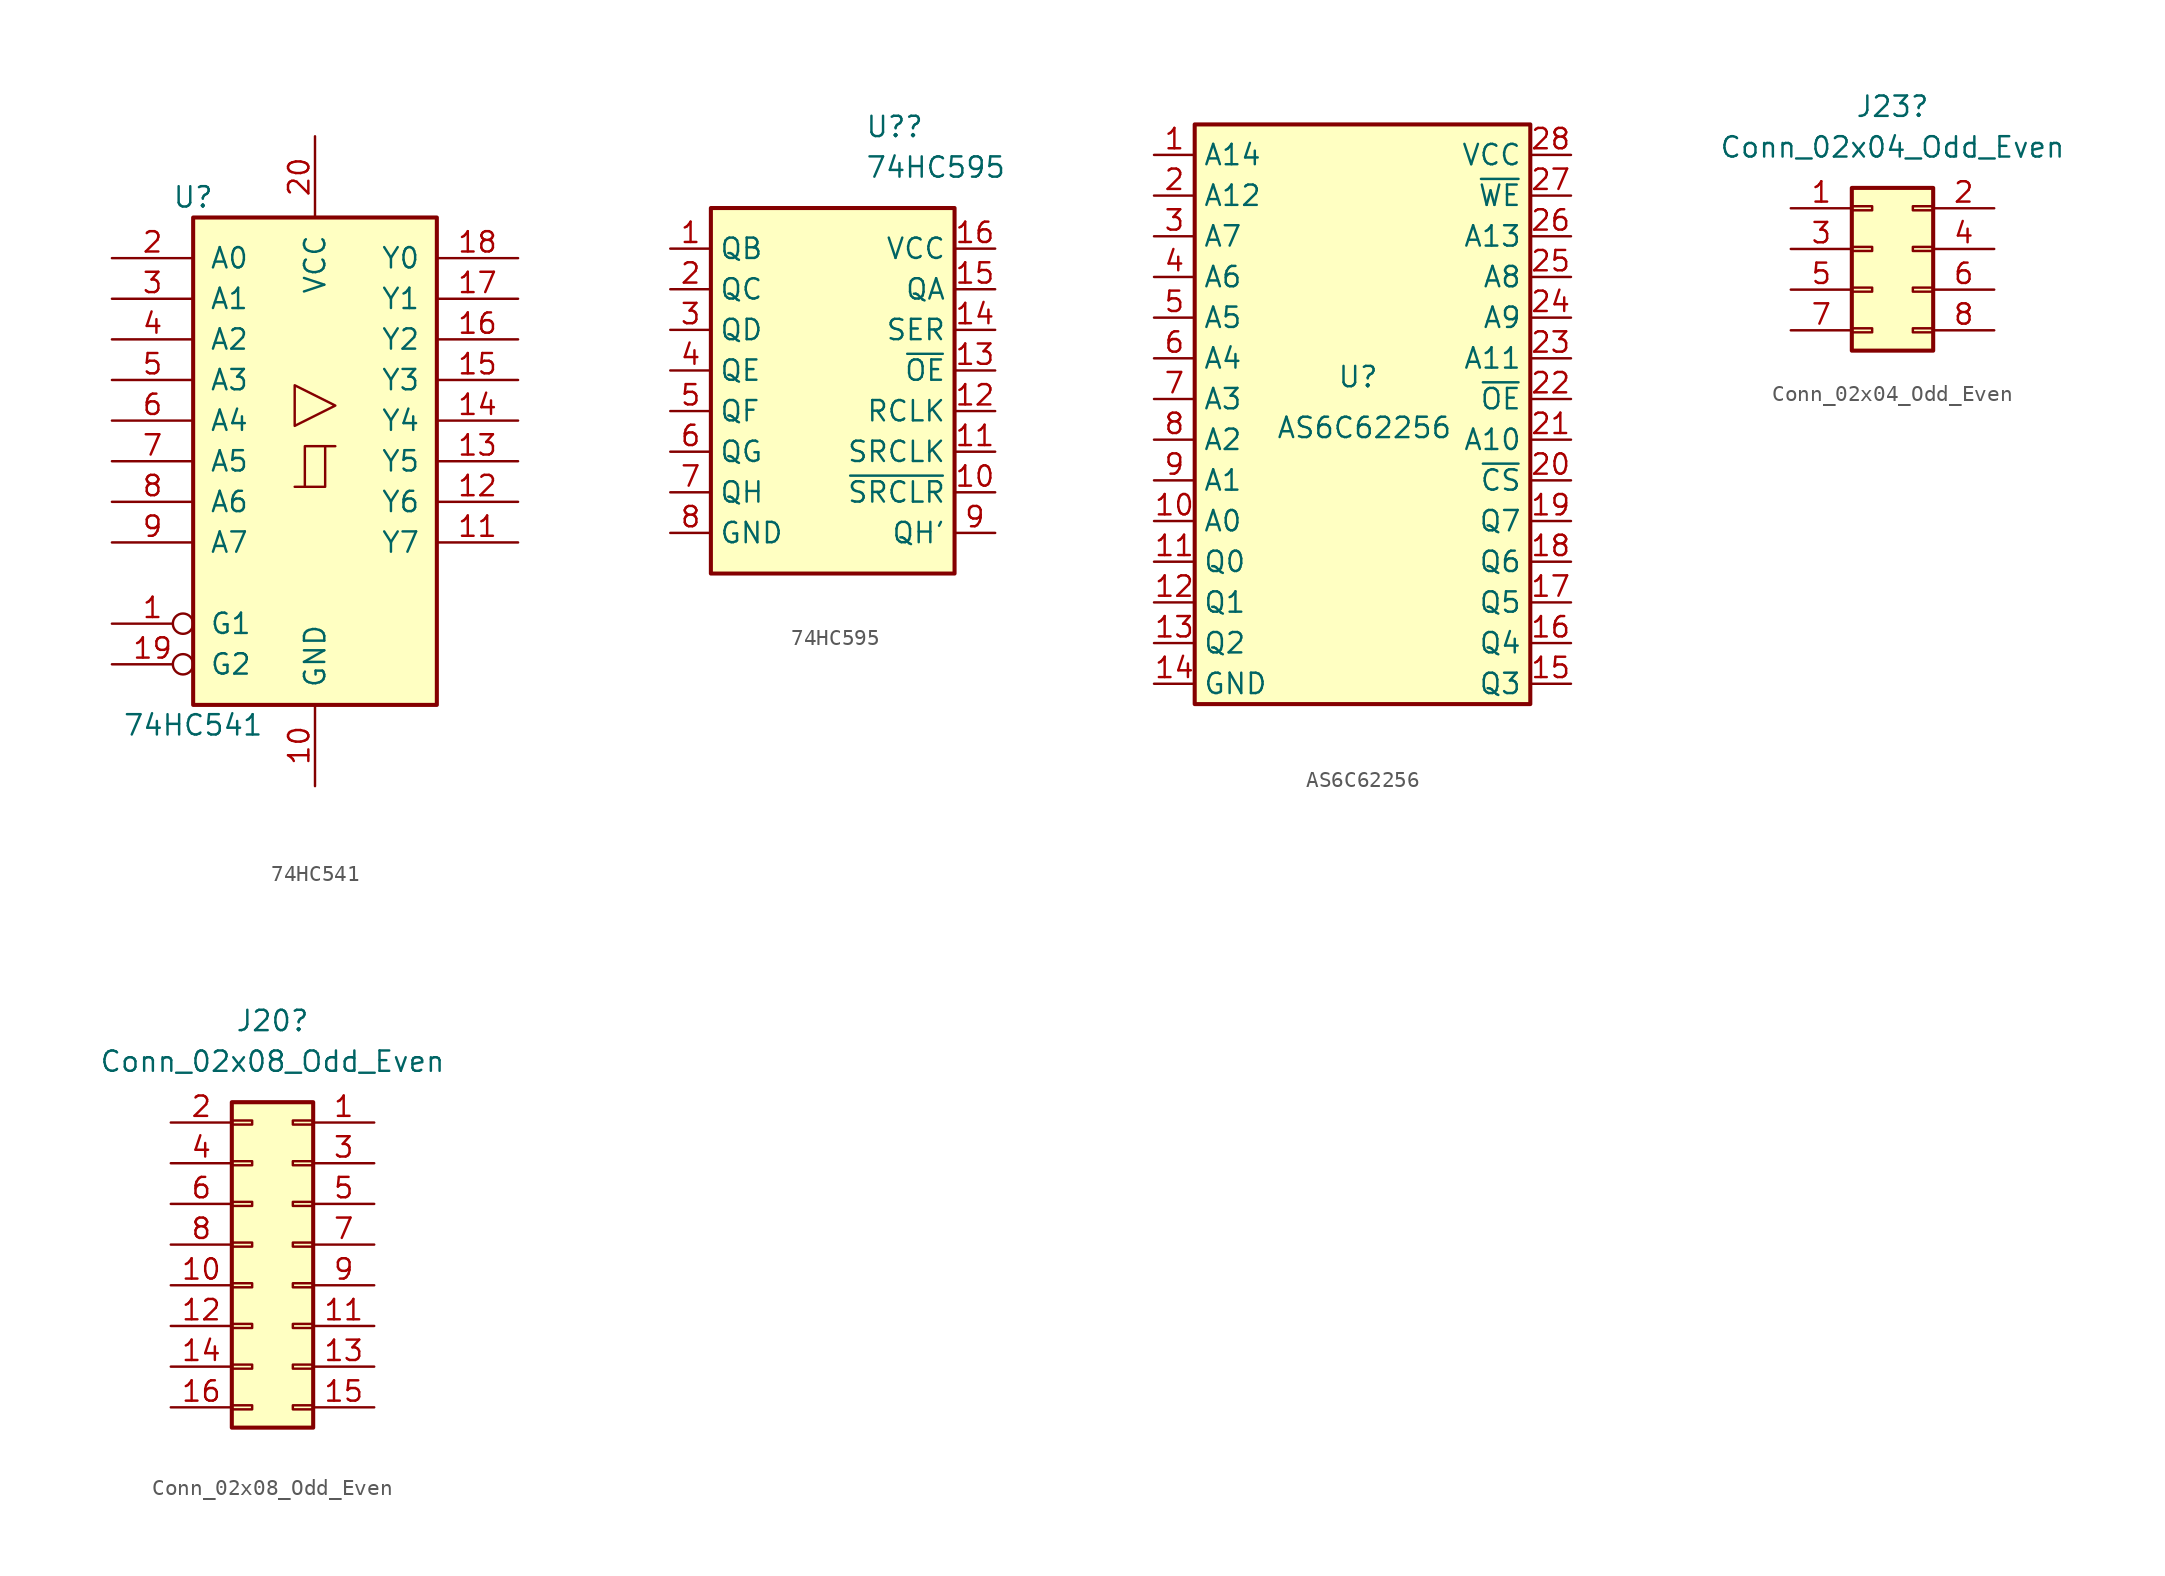
<source format=kicad_sym>
(kicad_symbol_lib
  (version 20220914)
  (generator kicad_symbol_editor)
  (symbol "74HC541"
    (pin_names
      (offset 1.016))
    (property "Reference" "U"
      (at -7.62 16.51 0)
      (effects (font (size 1.27 1.27))))
    (property "Value" "74HC541"
      (at -7.62 -16.51 0)
      (effects (font (size 1.27 1.27))))
    (symbol "74HC541_1_0"
      (polyline (pts (xy -0.635 -1.6) (xy -0.635 0.94) (xy 0.635 0.94)) (stroke (width 0) (type default)) (fill (type none)))
      (polyline (pts (xy -1.27 -1.6) (xy 0.635 -1.6) (xy 0.635 0.94) (xy 1.27 0.94)) (stroke (width 0) (type default)) (fill (type none)))
      (polyline (pts (xy 1.27 3.48) (xy -1.27 4.75) (xy -1.27 2.21) (xy 1.27 3.48)) (stroke (width 0.152) (type default)) (fill (type none)))
      (pin input inverted (at -12.7 -10.16 0) (length 5.08) (name "G1" (effects (font (size 1.27 1.27)))) (number "1" (effects (font (size 1.27 1.27)))))
      (pin power_in line (at 0 -20.32 90) (length 5.08) (name "GND" (effects (font (size 1.27 1.27)))) (number "10" (effects (font (size 1.27 1.27)))))
      (pin tri_state line (at 12.7 -5.08 180) (length 5.08) (name "Y7" (effects (font (size 1.27 1.27)))) (number "11" (effects (font (size 1.27 1.27)))))
      (pin tri_state line (at 12.7 -2.54 180) (length 5.08) (name "Y6" (effects (font (size 1.27 1.27)))) (number "12" (effects (font (size 1.27 1.27)))))
      (pin tri_state line (at 12.7 0 180) (length 5.08) (name "Y5" (effects (font (size 1.27 1.27)))) (number "13" (effects (font (size 1.27 1.27)))))
      (pin tri_state line (at 12.7 2.54 180) (length 5.08) (name "Y4" (effects (font (size 1.27 1.27)))) (number "14" (effects (font (size 1.27 1.27)))))
      (pin tri_state line (at 12.7 5.08 180) (length 5.08) (name "Y3" (effects (font (size 1.27 1.27)))) (number "15" (effects (font (size 1.27 1.27)))))
      (pin tri_state line (at 12.7 7.62 180) (length 5.08) (name "Y2" (effects (font (size 1.27 1.27)))) (number "16" (effects (font (size 1.27 1.27)))))
      (pin tri_state line (at 12.7 10.16 180) (length 5.08) (name "Y1" (effects (font (size 1.27 1.27)))) (number "17" (effects (font (size 1.27 1.27)))))
      (pin tri_state line (at 12.7 12.7 180) (length 5.08) (name "Y0" (effects (font (size 1.27 1.27)))) (number "18" (effects (font (size 1.27 1.27)))))
      (pin input inverted (at -12.7 -12.7 0) (length 5.08) (name "G2" (effects (font (size 1.27 1.27)))) (number "19" (effects (font (size 1.27 1.27)))))
      (pin input line (at -12.7 12.7 0) (length 5.08) (name "A0" (effects (font (size 1.27 1.27)))) (number "2" (effects (font (size 1.27 1.27)))))
      (pin power_in line (at 0 20.32 270) (length 5.08) (name "VCC" (effects (font (size 1.27 1.27)))) (number "20" (effects (font (size 1.27 1.27)))))
      (pin input line (at -12.7 10.16 0) (length 5.08) (name "A1" (effects (font (size 1.27 1.27)))) (number "3" (effects (font (size 1.27 1.27)))))
      (pin input line (at -12.7 7.62 0) (length 5.08) (name "A2" (effects (font (size 1.27 1.27)))) (number "4" (effects (font (size 1.27 1.27)))))
      (pin input line (at -12.7 5.08 0) (length 5.08) (name "A3" (effects (font (size 1.27 1.27)))) (number "5" (effects (font (size 1.27 1.27)))))
      (pin input line (at -12.7 2.54 0) (length 5.08) (name "A4" (effects (font (size 1.27 1.27)))) (number "6" (effects (font (size 1.27 1.27)))))
      (pin input line (at -12.7 0 0) (length 5.08) (name "A5" (effects (font (size 1.27 1.27)))) (number "7" (effects (font (size 1.27 1.27)))))
      (pin input line (at -12.7 -2.54 0) (length 5.08) (name "A6" (effects (font (size 1.27 1.27)))) (number "8" (effects (font (size 1.27 1.27)))))
      (pin input line (at -12.7 -5.08 0) (length 5.08) (name "A7" (effects (font (size 1.27 1.27)))) (number "9" (effects (font (size 1.27 1.27))))))
    (symbol "74HC541_1_1"
      (rectangle (start -7.62 15.24) (end 7.62 -15.24) (stroke (width 0.254) (type default)) (fill (type background)))))
  (symbol "74HC595"
    (property "Reference" "U?"
      (at 2.019 16.51 0)
      (effects (font (size 1.27 1.27)) (justify left)))
    (property "Value" "74HC595"
      (at 2.019 13.97 0)
      (effects (font (size 1.27 1.27)) (justify left)))
    (symbol "74HC595_1_0"
      (pin tri_state line (at -10.16 8.89 0) (length 2.54) (name "QB" (effects (font (size 1.27 1.27)))) (number "1" (effects (font (size 1.27 1.27)))))
      (pin input line (at 10.16 -6.35 180) (length 2.54) (name "~{SRCLR}" (effects (font (size 1.27 1.27)))) (number "10" (effects (font (size 1.27 1.27)))))
      (pin input line (at 10.16 -3.81 180) (length 2.54) (name "SRCLK" (effects (font (size 1.27 1.27)))) (number "11" (effects (font (size 1.27 1.27)))))
      (pin input line (at 10.16 -1.27 180) (length 2.54) (name "RCLK" (effects (font (size 1.27 1.27)))) (number "12" (effects (font (size 1.27 1.27)))))
      (pin input line (at 10.16 1.27 180) (length 2.54) (name "~{OE}" (effects (font (size 1.27 1.27)))) (number "13" (effects (font (size 1.27 1.27)))))
      (pin input line (at 10.16 3.81 180) (length 2.54) (name "SER" (effects (font (size 1.27 1.27)))) (number "14" (effects (font (size 1.27 1.27)))))
      (pin tri_state line (at 10.16 6.35 180) (length 2.54) (name "QA" (effects (font (size 1.27 1.27)))) (number "15" (effects (font (size 1.27 1.27)))))
      (pin power_in line (at 10.16 8.89 180) (length 2.54) (name "VCC" (effects (font (size 1.27 1.27)))) (number "16" (effects (font (size 1.27 1.27)))))
      (pin tri_state line (at -10.16 6.35 0) (length 2.54) (name "QC" (effects (font (size 1.27 1.27)))) (number "2" (effects (font (size 1.27 1.27)))))
      (pin tri_state line (at -10.16 3.81 0) (length 2.54) (name "QD" (effects (font (size 1.27 1.27)))) (number "3" (effects (font (size 1.27 1.27)))))
      (pin tri_state line (at -10.16 1.27 0) (length 2.54) (name "QE" (effects (font (size 1.27 1.27)))) (number "4" (effects (font (size 1.27 1.27)))))
      (pin tri_state line (at -10.16 -1.27 0) (length 2.54) (name "QF" (effects (font (size 1.27 1.27)))) (number "5" (effects (font (size 1.27 1.27)))))
      (pin tri_state line (at -10.16 -3.81 0) (length 2.54) (name "QG" (effects (font (size 1.27 1.27)))) (number "6" (effects (font (size 1.27 1.27)))))
      (pin tri_state line (at -10.16 -6.35 0) (length 2.54) (name "QH" (effects (font (size 1.27 1.27)))) (number "7" (effects (font (size 1.27 1.27)))))
      (pin power_in line (at -10.16 -8.89 0) (length 2.54) (name "GND" (effects (font (size 1.27 1.27)))) (number "8" (effects (font (size 1.27 1.27)))))
      (pin output line (at 10.16 -8.89 180) (length 2.54) (name "QH'" (effects (font (size 1.27 1.27)))) (number "9" (effects (font (size 1.27 1.27))))))
    (symbol "74HC595_1_1"
      (rectangle (start -7.62 11.43) (end 7.62 -11.43) (stroke (width 0.254) (type default)) (fill (type background)))))
  (symbol "AS6C62256"
    (property "Reference" "U"
      (at -1.27 0.635 0)
      (effects (font (size 1.27 1.27)) (justify left bottom)))
    (property "Value" "AS6C62256"
      (at -5.08 -2.54 0)
      (effects (font (size 1.27 1.27)) (justify left bottom)))
    (symbol "AS6C62256_0_0"
      (pin power_in line (at -12.7 -17.78 0) (length 2.54) (name "GND" (effects (font (size 1.27 1.27)))) (number "14" (effects (font (size 1.27 1.27)))))
      (pin power_in line (at 13.335 15.24 180) (length 2.54) (name "VCC" (effects (font (size 1.27 1.27)))) (number "28" (effects (font (size 1.27 1.27))))))
    (symbol "AS6C62256_0_1"
      (rectangle (start -10.16 17.145) (end 10.795 -19.05) (stroke (width 0.254) (type default)) (fill (type background))))
    (symbol "AS6C62256_1_1"
      (pin input line (at -12.7 15.24 0) (length 2.54) (name "A14" (effects (font (size 1.27 1.27)))) (number "1" (effects (font (size 1.27 1.27)))))
      (pin input line (at -12.7 -7.62 0) (length 2.54) (name "A0" (effects (font (size 1.27 1.27)))) (number "10" (effects (font (size 1.27 1.27)))))
      (pin tri_state line (at -12.7 -10.16 0) (length 2.54) (name "Q0" (effects (font (size 1.27 1.27)))) (number "11" (effects (font (size 1.27 1.27)))))
      (pin tri_state line (at -12.7 -12.7 0) (length 2.54) (name "Q1" (effects (font (size 1.27 1.27)))) (number "12" (effects (font (size 1.27 1.27)))))
      (pin tri_state line (at -12.7 -15.24 0) (length 2.54) (name "Q2" (effects (font (size 1.27 1.27)))) (number "13" (effects (font (size 1.27 1.27)))))
      (pin tri_state line (at 13.335 -17.78 180) (length 2.54) (name "Q3" (effects (font (size 1.27 1.27)))) (number "15" (effects (font (size 1.27 1.27)))))
      (pin tri_state line (at 13.335 -15.24 180) (length 2.54) (name "Q4" (effects (font (size 1.27 1.27)))) (number "16" (effects (font (size 1.27 1.27)))))
      (pin tri_state line (at 13.335 -12.7 180) (length 2.54) (name "Q5" (effects (font (size 1.27 1.27)))) (number "17" (effects (font (size 1.27 1.27)))))
      (pin tri_state line (at 13.335 -10.16 180) (length 2.54) (name "Q6" (effects (font (size 1.27 1.27)))) (number "18" (effects (font (size 1.27 1.27)))))
      (pin tri_state line (at 13.335 -7.62 180) (length 2.54) (name "Q7" (effects (font (size 1.27 1.27)))) (number "19" (effects (font (size 1.27 1.27)))))
      (pin input line (at -12.7 12.7 0) (length 2.54) (name "A12" (effects (font (size 1.27 1.27)))) (number "2" (effects (font (size 1.27 1.27)))))
      (pin input line (at 13.335 -5.08 180) (length 2.54) (name "~{CS}" (effects (font (size 1.27 1.27)))) (number "20" (effects (font (size 1.27 1.27)))))
      (pin input line (at 13.335 -2.54 180) (length 2.54) (name "A10" (effects (font (size 1.27 1.27)))) (number "21" (effects (font (size 1.27 1.27)))))
      (pin input line (at 13.335 0 180) (length 2.54) (name "~{OE}" (effects (font (size 1.27 1.27)))) (number "22" (effects (font (size 1.27 1.27)))))
      (pin input line (at 13.335 2.54 180) (length 2.54) (name "A11" (effects (font (size 1.27 1.27)))) (number "23" (effects (font (size 1.27 1.27)))))
      (pin input line (at 13.335 5.08 180) (length 2.54) (name "A9" (effects (font (size 1.27 1.27)))) (number "24" (effects (font (size 1.27 1.27)))))
      (pin input line (at 13.335 7.62 180) (length 2.54) (name "A8" (effects (font (size 1.27 1.27)))) (number "25" (effects (font (size 1.27 1.27)))))
      (pin input line (at 13.335 10.16 180) (length 2.54) (name "A13" (effects (font (size 1.27 1.27)))) (number "26" (effects (font (size 1.27 1.27)))))
      (pin input line (at 13.335 12.7 180) (length 2.54) (name "~{WE}" (effects (font (size 1.27 1.27)))) (number "27" (effects (font (size 1.27 1.27)))))
      (pin input line (at -12.7 10.16 0) (length 2.54) (name "A7" (effects (font (size 1.27 1.27)))) (number "3" (effects (font (size 1.27 1.27)))))
      (pin input line (at -12.7 7.62 0) (length 2.54) (name "A6" (effects (font (size 1.27 1.27)))) (number "4" (effects (font (size 1.27 1.27)))))
      (pin input line (at -12.7 5.08 0) (length 2.54) (name "A5" (effects (font (size 1.27 1.27)))) (number "5" (effects (font (size 1.27 1.27)))))
      (pin input line (at -12.7 2.54 0) (length 2.54) (name "A4" (effects (font (size 1.27 1.27)))) (number "6" (effects (font (size 1.27 1.27)))))
      (pin input line (at -12.7 0 0) (length 2.54) (name "A3" (effects (font (size 1.27 1.27)))) (number "7" (effects (font (size 1.27 1.27)))))
      (pin input line (at -12.7 -2.54 0) (length 2.54) (name "A2" (effects (font (size 1.27 1.27)))) (number "8" (effects (font (size 1.27 1.27)))))
      (pin input line (at -12.7 -5.08 0) (length 2.54) (name "A1" (effects (font (size 1.27 1.27)))) (number "9" (effects (font (size 1.27 1.27)))))))
  (symbol "Conn_02x04_Odd_Even"
    (pin_names
      (offset 1.016) hide)
    (property "Reference" "J23"
      (at 1.27 8.89 0)
      (effects (font (size 1.27 1.27))))
    (property "Value" "Conn_02x04_Odd_Even"
      (at 1.27 6.35 0)
      (effects (font (size 1.27 1.27))))
    (symbol "Conn_02x04_Odd_Even_1_1"
      (rectangle (start -1.27 -4.953) (end 0 -5.207) (stroke (width 0.152) (type default)) (fill (type none)))
      (rectangle (start -1.27 -2.413) (end 0 -2.667) (stroke (width 0.152) (type default)) (fill (type none)))
      (rectangle (start -1.27 0.127) (end 0 -0.127) (stroke (width 0.152) (type default)) (fill (type none)))
      (rectangle (start -1.27 2.667) (end 0 2.413) (stroke (width 0.152) (type default)) (fill (type none)))
      (rectangle (start -1.27 3.81) (end 3.81 -6.35) (stroke (width 0.254) (type default)) (fill (type background)))
      (rectangle (start 3.81 -4.953) (end 2.54 -5.207) (stroke (width 0.152) (type default)) (fill (type none)))
      (rectangle (start 3.81 -2.413) (end 2.54 -2.667) (stroke (width 0.152) (type default)) (fill (type none)))
      (rectangle (start 3.81 0.127) (end 2.54 -0.127) (stroke (width 0.152) (type default)) (fill (type none)))
      (rectangle (start 3.81 2.667) (end 2.54 2.413) (stroke (width 0.152) (type default)) (fill (type none)))
      (pin passive line (at -5.08 2.54 0) (length 3.81) (name "Pin_1" (effects (font (size 1.27 1.27)))) (number "1" (effects (font (size 1.27 1.27)))))
      (pin passive line (at 7.62 2.54 180) (length 3.81) (name "Pin_2" (effects (font (size 1.27 1.27)))) (number "2" (effects (font (size 1.27 1.27)))))
      (pin passive line (at -5.08 0 0) (length 3.81) (name "Pin_3" (effects (font (size 1.27 1.27)))) (number "3" (effects (font (size 1.27 1.27)))))
      (pin passive line (at 7.62 0 180) (length 3.81) (name "Pin_4" (effects (font (size 1.27 1.27)))) (number "4" (effects (font (size 1.27 1.27)))))
      (pin passive line (at -5.08 -2.54 0) (length 3.81) (name "Pin_5" (effects (font (size 1.27 1.27)))) (number "5" (effects (font (size 1.27 1.27)))))
      (pin passive line (at 7.62 -2.54 180) (length 3.81) (name "Pin_6" (effects (font (size 1.27 1.27)))) (number "6" (effects (font (size 1.27 1.27)))))
      (pin passive line (at -5.08 -5.08 0) (length 3.81) (name "Pin_7" (effects (font (size 1.27 1.27)))) (number "7" (effects (font (size 1.27 1.27)))))
      (pin passive line (at 7.62 -5.08 180) (length 3.81) (name "Pin_8" (effects (font (size 1.27 1.27)))) (number "8" (effects (font (size 1.27 1.27)))))))
  (symbol "Conn_02x08_Odd_Even"
    (pin_names
      (offset 1.016) hide)
    (property "Reference" "J20"
      (at 0 13.97 0)
      (effects (font (size 1.27 1.27))))
    (property "Value" "Conn_02x08_Odd_Even"
      (at 0 11.43 0)
      (effects (font (size 1.27 1.27))))
    (symbol "Conn_02x08_Odd_Even_1_1"
      (rectangle (start -2.54 -11.43) (end 2.54 8.89) (stroke (width 0.254) (type default)) (fill (type background)))
      (rectangle (start -1.27 -10.287) (end -2.54 -10.033) (stroke (width 0.152) (type default)) (fill (type none)))
      (rectangle (start -1.27 -7.747) (end -2.54 -7.493) (stroke (width 0.152) (type default)) (fill (type none)))
      (rectangle (start -1.27 -5.207) (end -2.54 -4.953) (stroke (width 0.152) (type default)) (fill (type none)))
      (rectangle (start -1.27 -2.667) (end -2.54 -2.413) (stroke (width 0.152) (type default)) (fill (type none)))
      (rectangle (start -1.27 -0.127) (end -2.54 0.127) (stroke (width 0.152) (type default)) (fill (type none)))
      (rectangle (start -1.27 2.413) (end -2.54 2.667) (stroke (width 0.152) (type default)) (fill (type none)))
      (rectangle (start -1.27 4.953) (end -2.54 5.207) (stroke (width 0.152) (type default)) (fill (type none)))
      (rectangle (start -1.27 7.493) (end -2.54 7.747) (stroke (width 0.152) (type default)) (fill (type none)))
      (rectangle (start 1.27 -10.287) (end 2.54 -10.033) (stroke (width 0.152) (type default)) (fill (type none)))
      (rectangle (start 1.27 -7.747) (end 2.54 -7.493) (stroke (width 0.152) (type default)) (fill (type none)))
      (rectangle (start 1.27 -5.207) (end 2.54 -4.953) (stroke (width 0.152) (type default)) (fill (type none)))
      (rectangle (start 1.27 -2.667) (end 2.54 -2.413) (stroke (width 0.152) (type default)) (fill (type none)))
      (rectangle (start 1.27 -0.127) (end 2.54 0.127) (stroke (width 0.152) (type default)) (fill (type none)))
      (rectangle (start 1.27 2.413) (end 2.54 2.667) (stroke (width 0.152) (type default)) (fill (type none)))
      (rectangle (start 1.27 4.953) (end 2.54 5.207) (stroke (width 0.152) (type default)) (fill (type none)))
      (rectangle (start 1.27 7.493) (end 2.54 7.747) (stroke (width 0.152) (type default)) (fill (type none)))
      (pin passive line (at 6.35 7.62 180) (length 3.81) (name "Pin_1" (effects (font (size 1.27 1.27)))) (number "1" (effects (font (size 1.27 1.27)))))
      (pin passive line (at -6.35 -2.54 0) (length 3.81) (name "Pin_10" (effects (font (size 1.27 1.27)))) (number "10" (effects (font (size 1.27 1.27)))))
      (pin passive line (at 6.35 -5.08 180) (length 3.81) (name "Pin_11" (effects (font (size 1.27 1.27)))) (number "11" (effects (font (size 1.27 1.27)))))
      (pin passive line (at -6.35 -5.08 0) (length 3.81) (name "Pin_12" (effects (font (size 1.27 1.27)))) (number "12" (effects (font (size 1.27 1.27)))))
      (pin passive line (at 6.35 -7.62 180) (length 3.81) (name "Pin_13" (effects (font (size 1.27 1.27)))) (number "13" (effects (font (size 1.27 1.27)))))
      (pin passive line (at -6.35 -7.62 0) (length 3.81) (name "Pin_14" (effects (font (size 1.27 1.27)))) (number "14" (effects (font (size 1.27 1.27)))))
      (pin passive line (at 6.35 -10.16 180) (length 3.81) (name "Pin_15" (effects (font (size 1.27 1.27)))) (number "15" (effects (font (size 1.27 1.27)))))
      (pin passive line (at -6.35 -10.16 0) (length 3.81) (name "Pin_16" (effects (font (size 1.27 1.27)))) (number "16" (effects (font (size 1.27 1.27)))))
      (pin passive line (at -6.35 7.62 0) (length 3.81) (name "Pin_2" (effects (font (size 1.27 1.27)))) (number "2" (effects (font (size 1.27 1.27)))))
      (pin passive line (at 6.35 5.08 180) (length 3.81) (name "Pin_3" (effects (font (size 1.27 1.27)))) (number "3" (effects (font (size 1.27 1.27)))))
      (pin passive line (at -6.35 5.08 0) (length 3.81) (name "Pin_4" (effects (font (size 1.27 1.27)))) (number "4" (effects (font (size 1.27 1.27)))))
      (pin passive line (at 6.35 2.54 180) (length 3.81) (name "Pin_5" (effects (font (size 1.27 1.27)))) (number "5" (effects (font (size 1.27 1.27)))))
      (pin passive line (at -6.35 2.54 0) (length 3.81) (name "Pin_6" (effects (font (size 1.27 1.27)))) (number "6" (effects (font (size 1.27 1.27)))))
      (pin passive line (at 6.35 0 180) (length 3.81) (name "Pin_7" (effects (font (size 1.27 1.27)))) (number "7" (effects (font (size 1.27 1.27)))))
      (pin passive line (at -6.35 0 0) (length 3.81) (name "Pin_8" (effects (font (size 1.27 1.27)))) (number "8" (effects (font (size 1.27 1.27)))))
      (pin passive line (at 6.35 -2.54 180) (length 3.81) (name "Pin_9" (effects (font (size 1.27 1.27)))) (number "9" (effects (font (size 1.27 1.27))))))))
</source>
